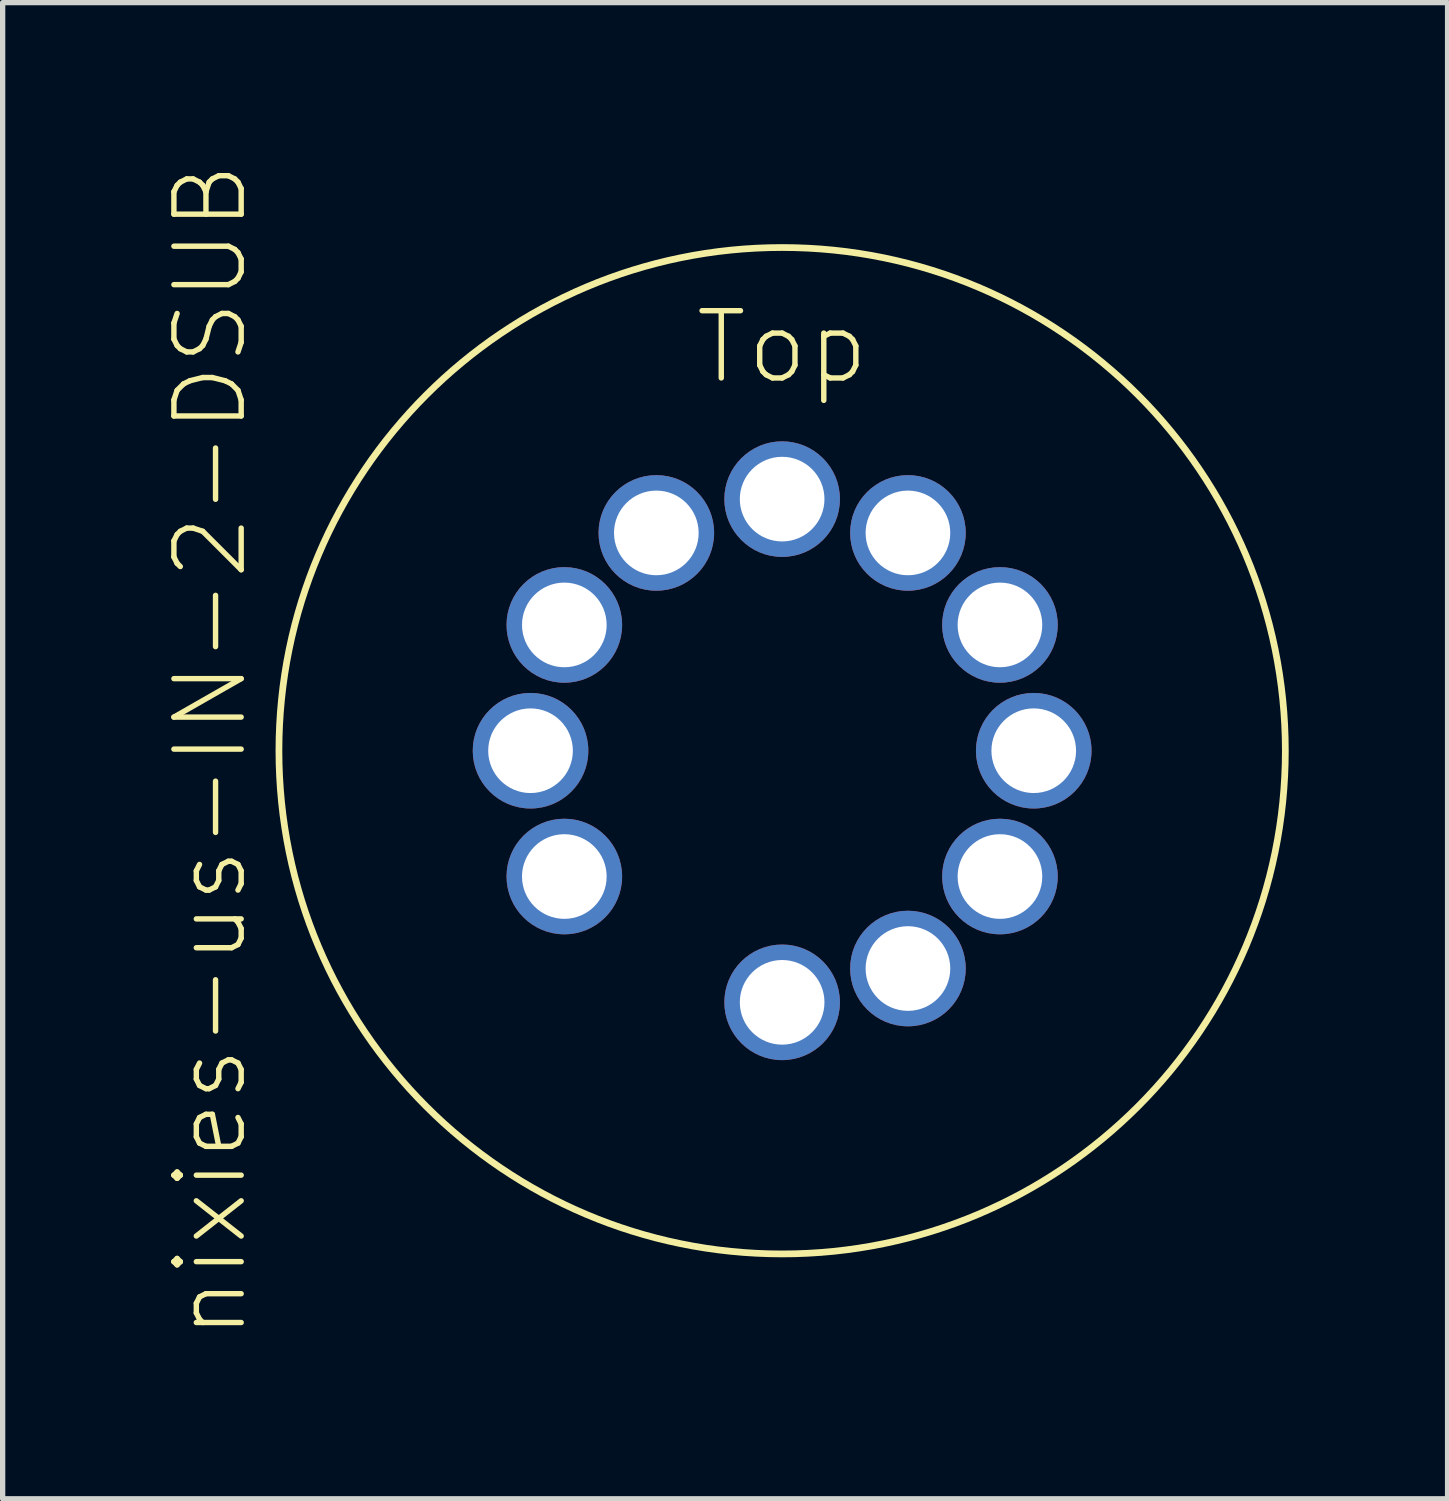
<source format=kicad_pcb>
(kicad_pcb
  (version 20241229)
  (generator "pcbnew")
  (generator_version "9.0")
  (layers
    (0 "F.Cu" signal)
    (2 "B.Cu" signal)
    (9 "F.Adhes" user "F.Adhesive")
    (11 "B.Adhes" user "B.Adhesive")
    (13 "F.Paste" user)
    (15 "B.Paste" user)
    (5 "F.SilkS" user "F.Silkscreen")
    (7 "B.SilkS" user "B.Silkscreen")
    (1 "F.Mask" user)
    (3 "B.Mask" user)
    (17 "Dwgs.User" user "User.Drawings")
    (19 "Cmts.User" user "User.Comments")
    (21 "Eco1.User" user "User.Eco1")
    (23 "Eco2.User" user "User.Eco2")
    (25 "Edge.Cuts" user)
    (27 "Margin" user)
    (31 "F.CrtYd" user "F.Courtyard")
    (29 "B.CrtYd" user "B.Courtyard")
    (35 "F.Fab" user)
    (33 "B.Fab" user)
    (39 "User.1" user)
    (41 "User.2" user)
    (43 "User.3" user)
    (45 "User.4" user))
  (footprint "nixies-us-IN-2-DSUB"
    (layer "F.Cu")
    (at 11.716 11.123)
    (property "Reference" "nixies-us-IN-2-DSUB" (at -10.795 0 270) (layer "F.SilkS") (effects (font (size 1.27 1.27) (thickness 0.102))))
    (attr exclude_from_pos_files exclude_from_bom)
    (fp_circle (center 0 0) (end 0 -9.5) (stroke (width 0.127) (type solid)) (fill no) (layer "F.SilkS"))
    (fp_text user "Top" (at 0 -7.62 0) (layer "F.SilkS") (effects (font (size 1.27 1.27) (thickness 0.102))))
    (pad "0" thru_hole circle (at -4.75 0) (size 2.182 2.182) (drill 1.598) (layers "*.Cu" "*.Mask"))
    (pad "1" thru_hole circle (at 0 4.75) (size 2.182 2.182) (drill 1.598) (layers "*.Cu" "*.Mask"))
    (pad "2" thru_hole circle (at 2.375 4.112) (size 2.182 2.182) (drill 1.598) (layers "*.Cu" "*.Mask"))
    (pad "3" thru_hole circle (at 4.112 2.375) (size 2.182 2.182) (drill 1.598) (layers "*.Cu" "*.Mask"))
    (pad "4" thru_hole circle (at 4.75 0) (size 2.182 2.182) (drill 1.598) (layers "*.Cu" "*.Mask"))
    (pad "5" thru_hole circle (at 4.112 -2.375) (size 2.182 2.182) (drill 1.598) (layers "*.Cu" "*.Mask"))
    (pad "6" thru_hole circle (at 2.375 -4.112) (size 2.182 2.182) (drill 1.598) (layers "*.Cu" "*.Mask"))
    (pad "7" thru_hole circle (at 0 -4.75) (size 2.182 2.182) (drill 1.598) (layers "*.Cu" "*.Mask"))
    (pad "8" thru_hole circle (at -2.375 -4.112) (size 2.182 2.182) (drill 1.598) (layers "*.Cu" "*.Mask"))
    (pad "9" thru_hole circle (at -4.112 -2.375) (size 2.182 2.182) (drill 1.598) (layers "*.Cu" "*.Mask"))
    (pad "A" thru_hole circle (at -4.112 2.375) (size 2.182 2.182) (drill 1.598) (layers "*.Cu" "*.Mask")))
  (gr_rect
    (start -3 -3)
    (end 24.279 25.246)
    (stroke (width 0.1) (type default))
    (fill no)
    (layer "Edge.Cuts")))
</source>
